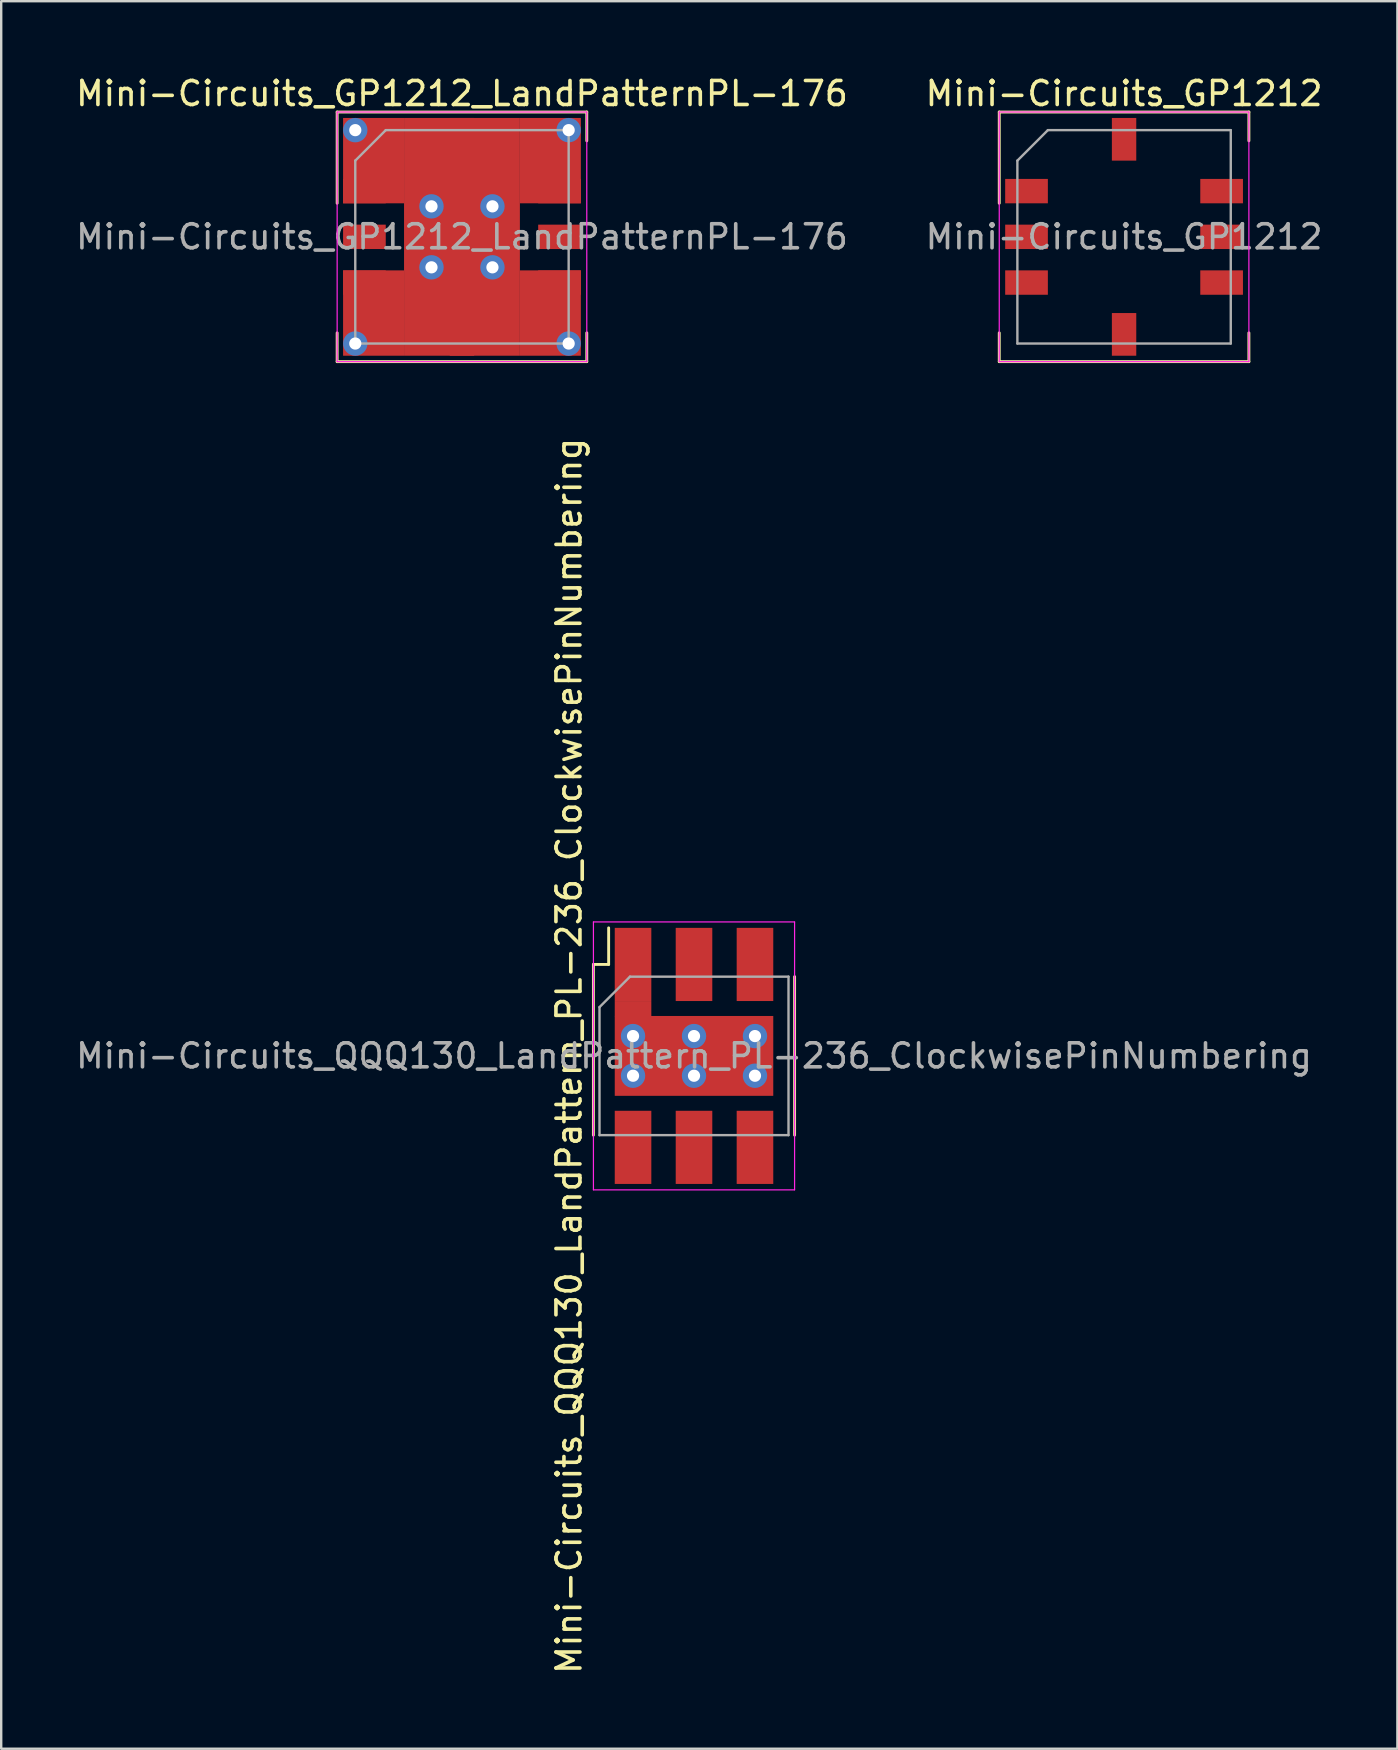
<source format=kicad_pcb>
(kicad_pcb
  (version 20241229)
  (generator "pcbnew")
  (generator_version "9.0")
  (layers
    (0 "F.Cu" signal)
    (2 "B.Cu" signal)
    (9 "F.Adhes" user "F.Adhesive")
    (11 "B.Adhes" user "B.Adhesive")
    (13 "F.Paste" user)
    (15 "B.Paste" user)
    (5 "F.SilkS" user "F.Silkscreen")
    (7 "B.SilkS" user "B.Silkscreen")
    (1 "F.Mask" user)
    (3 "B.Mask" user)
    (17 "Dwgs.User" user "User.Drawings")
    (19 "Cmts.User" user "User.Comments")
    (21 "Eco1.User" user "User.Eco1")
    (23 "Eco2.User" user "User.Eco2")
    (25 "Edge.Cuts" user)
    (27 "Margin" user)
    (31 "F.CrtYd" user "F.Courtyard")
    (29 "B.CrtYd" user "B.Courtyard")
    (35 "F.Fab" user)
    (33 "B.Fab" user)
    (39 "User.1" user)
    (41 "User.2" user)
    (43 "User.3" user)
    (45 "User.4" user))
  (footprint "Mini-Circuits_QQQ130_LandPattern_PL-236_ClockwisePinNumbering"
    (layer "F.Cu")
    (at 25.863 40.94)
    (property "Reference" "Mini-Circuits_QQQ130_LandPattern_PL-236_ClockwisePinNumbering" (at -5.207 0 90) (layer "F.SilkS") (effects (font (size 1 1) (thickness 0.15))))
    (attr smd)
    (fp_line (start -4.191 -3.81) (end -4.191 3.302) (stroke (width 0.12) (type solid)) (layer "F.SilkS"))
    (fp_line (start -3.556 -3.81) (end -4.191 -3.81) (stroke (width 0.12) (type solid)) (layer "F.SilkS"))
    (fp_line (start -3.556 -3.81) (end -3.556 -5.334) (stroke (width 0.12) (type solid)) (layer "F.SilkS"))
    (fp_line (start 4.191 -3.302) (end 4.191 3.302) (stroke (width 0.12) (type solid)) (layer "F.SilkS"))
    (fp_line (start -4.19 5.58) (end -4.19 -5.58) (stroke (width 0.05) (type solid)) (layer "F.CrtYd"))
    (fp_line (start -4.19 5.58) (end 4.19 5.58) (stroke (width 0.05) (type solid)) (layer "F.CrtYd"))
    (fp_line (start 4.19 -5.58) (end -4.19 -5.58) (stroke (width 0.05) (type solid)) (layer "F.CrtYd"))
    (fp_line (start 4.19 -5.58) (end 4.19 5.58) (stroke (width 0.05) (type solid)) (layer "F.CrtYd"))
    (fp_line (start -3.937 3.302) (end -3.937 -2.032) (stroke (width 0.1) (type solid)) (layer "F.Fab"))
    (fp_line (start -3.937 3.302) (end 3.937 3.302) (stroke (width 0.1) (type solid)) (layer "F.Fab"))
    (fp_line (start -2.667 -3.302) (end -3.937 -2.032) (stroke (width 0.1) (type solid)) (layer "F.Fab"))
    (fp_line (start 3.937 -3.302) (end -2.667 -3.302) (stroke (width 0.1) (type solid)) (layer "F.Fab"))
    (fp_line (start 3.937 -3.302) (end 3.937 3.302) (stroke (width 0.1) (type solid)) (layer "F.Fab"))
    (fp_text user "${REFERENCE}" (at 0 0 180) (layer "F.Fab") (effects (font (size 1 1) (thickness 0.15))))
    (pad "1" smd rect (at -2.54 -3.81) (size 1.524 3.048) (layers "F.Cu" "F.Mask" "F.Paste"))
    (pad "1" smd rect (at -2.54 -1.968 90) (size 0.635 1.524) (layers "F.Cu"))
    (pad "1" thru_hole circle (at -2.54 -0.826) (size 1.016 1.016) (drill 0.508) (layers "*.Cu"))
    (pad "1" thru_hole circle (at -2.54 0.826) (size 1.016 1.016) (drill 0.508) (layers "*.Cu"))
    (pad "1" thru_hole circle (at 0 -0.826) (size 1.016 1.016) (drill 0.508) (layers "*.Cu"))
    (pad "1" smd rect (at 0 0 90) (size 3.327 6.604) (layers "F.Cu"))
    (pad "1" thru_hole circle (at 0 0.826) (size 1.016 1.016) (drill 0.508) (layers "*.Cu"))
    (pad "1" thru_hole circle (at 2.54 -0.826) (size 1.016 1.016) (drill 0.508) (layers "*.Cu"))
    (pad "1" thru_hole circle (at 2.54 0.826) (size 1.016 1.016) (drill 0.508) (layers "*.Cu"))
    (pad "2" smd rect (at 0 -3.81) (size 1.524 3.048) (layers "F.Cu" "F.Mask" "F.Paste"))
    (pad "3" smd rect (at 2.54 -3.81) (size 1.524 3.048) (layers "F.Cu" "F.Mask" "F.Paste"))
    (pad "4" smd rect (at 2.54 3.81) (size 1.524 3.048) (layers "F.Cu" "F.Mask" "F.Paste"))
    (pad "5" smd rect (at 0 3.81) (size 1.524 3.048) (layers "F.Cu" "F.Mask" "F.Paste"))
    (pad "6" smd rect (at -2.54 3.81) (size 1.524 3.048) (layers "F.Cu" "F.Mask" "F.Paste")))
  (footprint "Mini-Circuits_GP1212"
    (layer "F.Cu")
    (at 43.78 6.817)
    (property "Reference" "Mini-Circuits_GP1212" (at 0 -5.969 0) (layer "F.SilkS") (effects (font (size 1 1) (thickness 0.15))))
    (attr smd)
    (fp_line (start -5.2 -5.2) (end -5.2 -1.4) (stroke (width 0.12) (type solid)) (layer "F.SilkS"))
    (fp_line (start -5.2 -5.2) (end 5.2 -5.2) (stroke (width 0.12) (type solid)) (layer "F.SilkS"))
    (fp_line (start -5.2 4) (end -5.2 5.2) (stroke (width 0.12) (type solid)) (layer "F.SilkS"))
    (fp_line (start 5.2 -4) (end 5.2 -5.2) (stroke (width 0.12) (type solid)) (layer "F.SilkS"))
    (fp_line (start 5.2 5.2) (end -5.2 5.2) (stroke (width 0.12) (type solid)) (layer "F.SilkS"))
    (fp_line (start 5.2 5.2) (end 5.2 4) (stroke (width 0.12) (type solid)) (layer "F.SilkS"))
    (fp_line (start -5.2 -5.2) (end -5.2 5.2) (stroke (width 0.05) (type solid)) (layer "F.CrtYd"))
    (fp_line (start -5.2 -5.2) (end 5.2 -5.2) (stroke (width 0.05) (type solid)) (layer "F.CrtYd"))
    (fp_line (start 5.2 5.2) (end -5.2 5.2) (stroke (width 0.05) (type solid)) (layer "F.CrtYd"))
    (fp_line (start 5.2 5.2) (end 5.2 -5.2) (stroke (width 0.05) (type solid)) (layer "F.CrtYd"))
    (fp_line (start -4.445 -3.175) (end -3.175 -4.445) (stroke (width 0.1) (type solid)) (layer "F.Fab"))
    (fp_line (start -4.445 4.445) (end -4.445 -3.175) (stroke (width 0.1) (type solid)) (layer "F.Fab"))
    (fp_line (start -3.175 -4.445) (end 4.445 -4.445) (stroke (width 0.1) (type solid)) (layer "F.Fab"))
    (fp_line (start 4.445 -4.445) (end 4.445 4.445) (stroke (width 0.1) (type solid)) (layer "F.Fab"))
    (fp_line (start 4.445 4.445) (end -4.445 4.445) (stroke (width 0.1) (type solid)) (layer "F.Fab"))
    (fp_text user "${REFERENCE}" (at 0 0 0) (layer "F.Fab") (effects (font (size 1 1) (thickness 0.15))))
    (pad "1" smd rect (at -4.064 -1.905 180) (size 1.778 1.016) (layers "F.Cu" "F.Mask" "F.Paste"))
    (pad "2" smd rect (at -4.064 0 180) (size 1.778 1.016) (layers "F.Cu" "F.Mask" "F.Paste"))
    (pad "3" smd rect (at -4.064 1.905 180) (size 1.778 1.016) (layers "F.Cu" "F.Mask" "F.Paste"))
    (pad "4" smd rect (at 0 4.064 270) (size 1.778 1.016) (layers "F.Cu" "F.Mask" "F.Paste"))
    (pad "5" smd rect (at 4.064 1.905) (size 1.778 1.016) (layers "F.Cu" "F.Mask" "F.Paste"))
    (pad "6" smd rect (at 4.064 0) (size 1.778 1.016) (layers "F.Cu" "F.Mask" "F.Paste"))
    (pad "7" smd rect (at 4.064 -1.905) (size 1.778 1.016) (layers "F.Cu" "F.Mask" "F.Paste"))
    (pad "8" smd rect (at 0 -4.064 270) (size 1.778 1.016) (layers "F.Cu" "F.Mask" "F.Paste")))
  (footprint "Mini-Circuits_GP1212_LandPatternPL-176"
    (layer "F.Cu")
    (at 16.196 6.817)
    (property "Reference" "Mini-Circuits_GP1212_LandPatternPL-176" (at 0 -5.969 0) (layer "F.SilkS") (effects (font (size 1 1) (thickness 0.15))))
    (attr smd)
    (fp_line (start -5.2 -5.2) (end -5.2 -1.4) (stroke (width 0.12) (type solid)) (layer "F.SilkS"))
    (fp_line (start -5.2 -5.2) (end 5.2 -5.2) (stroke (width 0.12) (type solid)) (layer "F.SilkS"))
    (fp_line (start -5.2 4) (end -5.2 5.2) (stroke (width 0.12) (type solid)) (layer "F.SilkS"))
    (fp_line (start 5.2 -4) (end 5.2 -5.2) (stroke (width 0.12) (type solid)) (layer "F.SilkS"))
    (fp_line (start 5.2 5.2) (end -5.2 5.2) (stroke (width 0.12) (type solid)) (layer "F.SilkS"))
    (fp_line (start 5.2 5.2) (end 5.2 4) (stroke (width 0.12) (type solid)) (layer "F.SilkS"))
    (fp_line (start -5.2 -5.2) (end -5.2 5.2) (stroke (width 0.05) (type solid)) (layer "F.CrtYd"))
    (fp_line (start -5.2 -5.2) (end 5.2 -5.2) (stroke (width 0.05) (type solid)) (layer "F.CrtYd"))
    (fp_line (start 5.2 5.2) (end -5.2 5.2) (stroke (width 0.05) (type solid)) (layer "F.CrtYd"))
    (fp_line (start 5.2 5.2) (end 5.2 -5.2) (stroke (width 0.05) (type solid)) (layer "F.CrtYd"))
    (fp_line (start -4.445 -3.175) (end -3.175 -4.445) (stroke (width 0.1) (type solid)) (layer "F.Fab"))
    (fp_line (start -4.445 4.445) (end -4.445 -3.175) (stroke (width 0.1) (type solid)) (layer "F.Fab"))
    (fp_line (start -3.175 -4.445) (end 4.445 -4.445) (stroke (width 0.1) (type solid)) (layer "F.Fab"))
    (fp_line (start 4.445 -4.445) (end 4.445 4.445) (stroke (width 0.1) (type solid)) (layer "F.Fab"))
    (fp_line (start 4.445 4.445) (end -4.445 4.445) (stroke (width 0.1) (type solid)) (layer "F.Fab"))
    (fp_text user "${REFERENCE}" (at 0 0 0) (layer "F.Fab") (effects (font (size 1 1) (thickness 0.15))))
    (pad "1" thru_hole circle (at -4.445 -4.445) (size 1.016 1.016) (drill 0.508) (layers "*.Cu"))
    (pad "1" thru_hole circle (at -4.445 4.445) (size 1.016 1.016) (drill 0.508) (layers "*.Cu"))
    (pad "1" smd rect (at -4.064 -1.905 180) (size 1.778 1.016) (layers "F.Cu" "F.Mask" "F.Paste"))
    (pad "1" smd rect (at -3.683 -3.175) (size 2.54 3.556) (layers "F.Cu"))
    (pad "1" smd rect (at -3.683 3.175) (size 2.54 3.556) (layers "F.Cu"))
    (pad "1" thru_hole circle (at -1.27 -1.27) (size 1.016 1.016) (drill 0.508) (layers "*.Cu"))
    (pad "1" thru_hole circle (at -1.27 1.27) (size 1.016 1.016) (drill 0.508) (layers "*.Cu"))
    (pad "1" smd rect (at 0 0) (size 4.826 9.906) (layers "F.Cu"))
    (pad "1" thru_hole circle (at 1.27 -1.27) (size 1.016 1.016) (drill 0.508) (layers "*.Cu"))
    (pad "1" thru_hole circle (at 1.27 1.27) (size 1.016 1.016) (drill 0.508) (layers "*.Cu"))
    (pad "1" smd rect (at 3.683 -3.175) (size 2.54 3.556) (layers "F.Cu"))
    (pad "1" smd rect (at 3.683 3.175) (size 2.54 3.556) (layers "F.Cu"))
    (pad "1" thru_hole circle (at 4.445 -4.445) (size 1.016 1.016) (drill 0.508) (layers "*.Cu"))
    (pad "1" thru_hole circle (at 4.445 4.445) (size 1.016 1.016) (drill 0.508) (layers "*.Cu"))
    (pad "2" smd rect (at -4.064 0 180) (size 1.778 1.016) (layers "F.Cu" "F.Mask" "F.Paste"))
    (pad "3" smd rect (at -4.064 1.905 180) (size 1.778 1.016) (layers "F.Cu" "F.Mask" "F.Paste"))
    (pad "4" smd rect (at 0 4.064 270) (size 1.778 1.016) (layers "F.Cu" "F.Mask" "F.Paste"))
    (pad "5" smd rect (at 4.064 1.905) (size 1.778 1.016) (layers "F.Cu" "F.Mask" "F.Paste"))
    (pad "6" smd rect (at 4.064 0) (size 1.778 1.016) (layers "F.Cu" "F.Mask" "F.Paste"))
    (pad "7" smd rect (at 4.064 -1.905) (size 1.778 1.016) (layers "F.Cu" "F.Mask" "F.Paste"))
    (pad "8" smd rect (at 0 -4.064 270) (size 1.778 1.016) (layers "F.Cu" "F.Mask" "F.Paste")))
  (gr_rect
    (start -3 -3)
    (end 55.167 69.803)
    (stroke (width 0.1) (type default))
    (fill no)
    (layer "Edge.Cuts")))
</source>
